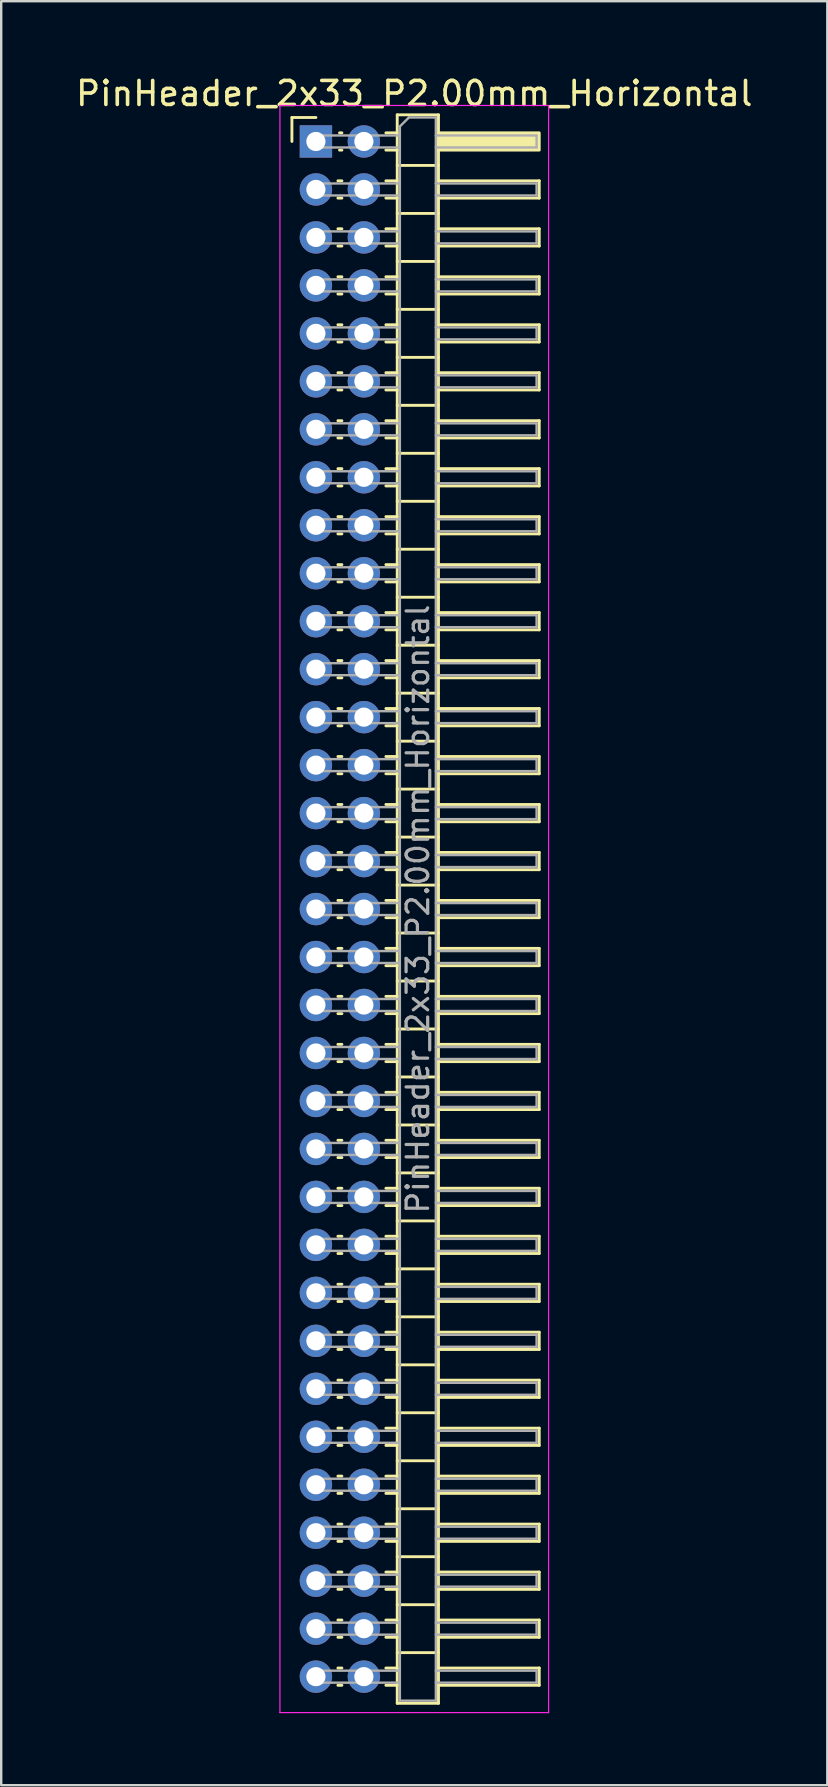
<source format=kicad_pcb>
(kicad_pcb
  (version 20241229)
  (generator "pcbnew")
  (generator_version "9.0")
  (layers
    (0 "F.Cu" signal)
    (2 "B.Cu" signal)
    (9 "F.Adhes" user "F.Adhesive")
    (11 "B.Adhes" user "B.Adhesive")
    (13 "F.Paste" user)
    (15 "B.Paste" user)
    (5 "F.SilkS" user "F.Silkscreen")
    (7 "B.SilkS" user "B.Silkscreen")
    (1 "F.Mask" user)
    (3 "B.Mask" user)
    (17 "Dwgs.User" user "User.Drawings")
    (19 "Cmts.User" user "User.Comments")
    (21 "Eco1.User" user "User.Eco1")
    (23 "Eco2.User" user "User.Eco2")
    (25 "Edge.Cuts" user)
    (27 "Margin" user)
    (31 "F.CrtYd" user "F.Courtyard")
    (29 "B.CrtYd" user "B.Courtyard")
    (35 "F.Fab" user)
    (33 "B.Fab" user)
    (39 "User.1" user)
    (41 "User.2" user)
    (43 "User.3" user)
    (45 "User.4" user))
  (footprint "PinHeader_2x33_P2.00mm_Horizontal"
    (layer "F.Cu")
    (at 10.12 2.848)
    (property "Reference" "PinHeader_2x33_P2.00mm_Horizontal" (at 4.1 -2 0) (layer "F.SilkS") (effects (font (size 1 1) (thickness 0.15))))
    (attr through_hole)
    (fp_line (start -1 -1) (end 0 -1) (stroke (width 0.12) (type solid)) (layer "F.SilkS"))
    (fp_line (start -1 0) (end -1 -1) (stroke (width 0.12) (type solid)) (layer "F.SilkS"))
    (fp_line (start 0.917 1.64) (end 1.083 1.64) (stroke (width 0.12) (type solid)) (layer "F.SilkS"))
    (fp_line (start 0.917 2.36) (end 1.083 2.36) (stroke (width 0.12) (type solid)) (layer "F.SilkS"))
    (fp_line (start 0.917 3.64) (end 1.083 3.64) (stroke (width 0.12) (type solid)) (layer "F.SilkS"))
    (fp_line (start 0.917 4.36) (end 1.083 4.36) (stroke (width 0.12) (type solid)) (layer "F.SilkS"))
    (fp_line (start 0.917 5.64) (end 1.083 5.64) (stroke (width 0.12) (type solid)) (layer "F.SilkS"))
    (fp_line (start 0.917 6.36) (end 1.083 6.36) (stroke (width 0.12) (type solid)) (layer "F.SilkS"))
    (fp_line (start 0.917 7.64) (end 1.083 7.64) (stroke (width 0.12) (type solid)) (layer "F.SilkS"))
    (fp_line (start 0.917 8.36) (end 1.083 8.36) (stroke (width 0.12) (type solid)) (layer "F.SilkS"))
    (fp_line (start 0.917 9.64) (end 1.083 9.64) (stroke (width 0.12) (type solid)) (layer "F.SilkS"))
    (fp_line (start 0.917 10.36) (end 1.083 10.36) (stroke (width 0.12) (type solid)) (layer "F.SilkS"))
    (fp_line (start 0.917 11.64) (end 1.083 11.64) (stroke (width 0.12) (type solid)) (layer "F.SilkS"))
    (fp_line (start 0.917 12.36) (end 1.083 12.36) (stroke (width 0.12) (type solid)) (layer "F.SilkS"))
    (fp_line (start 0.917 13.64) (end 1.083 13.64) (stroke (width 0.12) (type solid)) (layer "F.SilkS"))
    (fp_line (start 0.917 14.36) (end 1.083 14.36) (stroke (width 0.12) (type solid)) (layer "F.SilkS"))
    (fp_line (start 0.917 15.64) (end 1.083 15.64) (stroke (width 0.12) (type solid)) (layer "F.SilkS"))
    (fp_line (start 0.917 16.36) (end 1.083 16.36) (stroke (width 0.12) (type solid)) (layer "F.SilkS"))
    (fp_line (start 0.917 17.64) (end 1.083 17.64) (stroke (width 0.12) (type solid)) (layer "F.SilkS"))
    (fp_line (start 0.917 18.36) (end 1.083 18.36) (stroke (width 0.12) (type solid)) (layer "F.SilkS"))
    (fp_line (start 0.917 19.64) (end 1.083 19.64) (stroke (width 0.12) (type solid)) (layer "F.SilkS"))
    (fp_line (start 0.917 20.36) (end 1.083 20.36) (stroke (width 0.12) (type solid)) (layer "F.SilkS"))
    (fp_line (start 0.917 21.64) (end 1.083 21.64) (stroke (width 0.12) (type solid)) (layer "F.SilkS"))
    (fp_line (start 0.917 22.36) (end 1.083 22.36) (stroke (width 0.12) (type solid)) (layer "F.SilkS"))
    (fp_line (start 0.917 23.64) (end 1.083 23.64) (stroke (width 0.12) (type solid)) (layer "F.SilkS"))
    (fp_line (start 0.917 24.36) (end 1.083 24.36) (stroke (width 0.12) (type solid)) (layer "F.SilkS"))
    (fp_line (start 0.917 25.64) (end 1.083 25.64) (stroke (width 0.12) (type solid)) (layer "F.SilkS"))
    (fp_line (start 0.917 26.36) (end 1.083 26.36) (stroke (width 0.12) (type solid)) (layer "F.SilkS"))
    (fp_line (start 0.917 27.64) (end 1.083 27.64) (stroke (width 0.12) (type solid)) (layer "F.SilkS"))
    (fp_line (start 0.917 28.36) (end 1.083 28.36) (stroke (width 0.12) (type solid)) (layer "F.SilkS"))
    (fp_line (start 0.917 29.64) (end 1.083 29.64) (stroke (width 0.12) (type solid)) (layer "F.SilkS"))
    (fp_line (start 0.917 30.36) (end 1.083 30.36) (stroke (width 0.12) (type solid)) (layer "F.SilkS"))
    (fp_line (start 0.917 31.64) (end 1.083 31.64) (stroke (width 0.12) (type solid)) (layer "F.SilkS"))
    (fp_line (start 0.917 32.36) (end 1.083 32.36) (stroke (width 0.12) (type solid)) (layer "F.SilkS"))
    (fp_line (start 0.917 33.64) (end 1.083 33.64) (stroke (width 0.12) (type solid)) (layer "F.SilkS"))
    (fp_line (start 0.917 34.36) (end 1.083 34.36) (stroke (width 0.12) (type solid)) (layer "F.SilkS"))
    (fp_line (start 0.917 35.64) (end 1.083 35.64) (stroke (width 0.12) (type solid)) (layer "F.SilkS"))
    (fp_line (start 0.917 36.36) (end 1.083 36.36) (stroke (width 0.12) (type solid)) (layer "F.SilkS"))
    (fp_line (start 0.917 37.64) (end 1.083 37.64) (stroke (width 0.12) (type solid)) (layer "F.SilkS"))
    (fp_line (start 0.917 38.36) (end 1.083 38.36) (stroke (width 0.12) (type solid)) (layer "F.SilkS"))
    (fp_line (start 0.917 39.64) (end 1.083 39.64) (stroke (width 0.12) (type solid)) (layer "F.SilkS"))
    (fp_line (start 0.917 40.36) (end 1.083 40.36) (stroke (width 0.12) (type solid)) (layer "F.SilkS"))
    (fp_line (start 0.917 41.64) (end 1.083 41.64) (stroke (width 0.12) (type solid)) (layer "F.SilkS"))
    (fp_line (start 0.917 42.36) (end 1.083 42.36) (stroke (width 0.12) (type solid)) (layer "F.SilkS"))
    (fp_line (start 0.917 43.64) (end 1.083 43.64) (stroke (width 0.12) (type solid)) (layer "F.SilkS"))
    (fp_line (start 0.917 44.36) (end 1.083 44.36) (stroke (width 0.12) (type solid)) (layer "F.SilkS"))
    (fp_line (start 0.917 45.64) (end 1.083 45.64) (stroke (width 0.12) (type solid)) (layer "F.SilkS"))
    (fp_line (start 0.917 46.36) (end 1.083 46.36) (stroke (width 0.12) (type solid)) (layer "F.SilkS"))
    (fp_line (start 0.917 47.64) (end 1.083 47.64) (stroke (width 0.12) (type solid)) (layer "F.SilkS"))
    (fp_line (start 0.917 48.36) (end 1.083 48.36) (stroke (width 0.12) (type solid)) (layer "F.SilkS"))
    (fp_line (start 0.917 49.64) (end 1.083 49.64) (stroke (width 0.12) (type solid)) (layer "F.SilkS"))
    (fp_line (start 0.917 50.36) (end 1.083 50.36) (stroke (width 0.12) (type solid)) (layer "F.SilkS"))
    (fp_line (start 0.917 51.64) (end 1.083 51.64) (stroke (width 0.12) (type solid)) (layer "F.SilkS"))
    (fp_line (start 0.917 52.36) (end 1.083 52.36) (stroke (width 0.12) (type solid)) (layer "F.SilkS"))
    (fp_line (start 0.917 53.64) (end 1.083 53.64) (stroke (width 0.12) (type solid)) (layer "F.SilkS"))
    (fp_line (start 0.917 54.36) (end 1.083 54.36) (stroke (width 0.12) (type solid)) (layer "F.SilkS"))
    (fp_line (start 0.917 55.64) (end 1.083 55.64) (stroke (width 0.12) (type solid)) (layer "F.SilkS"))
    (fp_line (start 0.917 56.36) (end 1.083 56.36) (stroke (width 0.12) (type solid)) (layer "F.SilkS"))
    (fp_line (start 0.917 57.64) (end 1.083 57.64) (stroke (width 0.12) (type solid)) (layer "F.SilkS"))
    (fp_line (start 0.917 58.36) (end 1.083 58.36) (stroke (width 0.12) (type solid)) (layer "F.SilkS"))
    (fp_line (start 0.917 59.64) (end 1.083 59.64) (stroke (width 0.12) (type solid)) (layer "F.SilkS"))
    (fp_line (start 0.917 60.36) (end 1.083 60.36) (stroke (width 0.12) (type solid)) (layer "F.SilkS"))
    (fp_line (start 0.917 61.64) (end 1.083 61.64) (stroke (width 0.12) (type solid)) (layer "F.SilkS"))
    (fp_line (start 0.917 62.36) (end 1.083 62.36) (stroke (width 0.12) (type solid)) (layer "F.SilkS"))
    (fp_line (start 0.917 63.64) (end 1.083 63.64) (stroke (width 0.12) (type solid)) (layer "F.SilkS"))
    (fp_line (start 0.917 64.36) (end 1.083 64.36) (stroke (width 0.12) (type solid)) (layer "F.SilkS"))
    (fp_line (start 0.985 -0.36) (end 1.083 -0.36) (stroke (width 0.12) (type solid)) (layer "F.SilkS"))
    (fp_line (start 0.985 0.36) (end 1.083 0.36) (stroke (width 0.12) (type solid)) (layer "F.SilkS"))
    (fp_line (start 2.917 -0.36) (end 3.39 -0.36) (stroke (width 0.12) (type solid)) (layer "F.SilkS"))
    (fp_line (start 2.917 0.36) (end 3.39 0.36) (stroke (width 0.12) (type solid)) (layer "F.SilkS"))
    (fp_line (start 2.917 1.64) (end 3.39 1.64) (stroke (width 0.12) (type solid)) (layer "F.SilkS"))
    (fp_line (start 2.917 2.36) (end 3.39 2.36) (stroke (width 0.12) (type solid)) (layer "F.SilkS"))
    (fp_line (start 2.917 3.64) (end 3.39 3.64) (stroke (width 0.12) (type solid)) (layer "F.SilkS"))
    (fp_line (start 2.917 4.36) (end 3.39 4.36) (stroke (width 0.12) (type solid)) (layer "F.SilkS"))
    (fp_line (start 2.917 5.64) (end 3.39 5.64) (stroke (width 0.12) (type solid)) (layer "F.SilkS"))
    (fp_line (start 2.917 6.36) (end 3.39 6.36) (stroke (width 0.12) (type solid)) (layer "F.SilkS"))
    (fp_line (start 2.917 7.64) (end 3.39 7.64) (stroke (width 0.12) (type solid)) (layer "F.SilkS"))
    (fp_line (start 2.917 8.36) (end 3.39 8.36) (stroke (width 0.12) (type solid)) (layer "F.SilkS"))
    (fp_line (start 2.917 9.64) (end 3.39 9.64) (stroke (width 0.12) (type solid)) (layer "F.SilkS"))
    (fp_line (start 2.917 10.36) (end 3.39 10.36) (stroke (width 0.12) (type solid)) (layer "F.SilkS"))
    (fp_line (start 2.917 11.64) (end 3.39 11.64) (stroke (width 0.12) (type solid)) (layer "F.SilkS"))
    (fp_line (start 2.917 12.36) (end 3.39 12.36) (stroke (width 0.12) (type solid)) (layer "F.SilkS"))
    (fp_line (start 2.917 13.64) (end 3.39 13.64) (stroke (width 0.12) (type solid)) (layer "F.SilkS"))
    (fp_line (start 2.917 14.36) (end 3.39 14.36) (stroke (width 0.12) (type solid)) (layer "F.SilkS"))
    (fp_line (start 2.917 15.64) (end 3.39 15.64) (stroke (width 0.12) (type solid)) (layer "F.SilkS"))
    (fp_line (start 2.917 16.36) (end 3.39 16.36) (stroke (width 0.12) (type solid)) (layer "F.SilkS"))
    (fp_line (start 2.917 17.64) (end 3.39 17.64) (stroke (width 0.12) (type solid)) (layer "F.SilkS"))
    (fp_line (start 2.917 18.36) (end 3.39 18.36) (stroke (width 0.12) (type solid)) (layer "F.SilkS"))
    (fp_line (start 2.917 19.64) (end 3.39 19.64) (stroke (width 0.12) (type solid)) (layer "F.SilkS"))
    (fp_line (start 2.917 20.36) (end 3.39 20.36) (stroke (width 0.12) (type solid)) (layer "F.SilkS"))
    (fp_line (start 2.917 21.64) (end 3.39 21.64) (stroke (width 0.12) (type solid)) (layer "F.SilkS"))
    (fp_line (start 2.917 22.36) (end 3.39 22.36) (stroke (width 0.12) (type solid)) (layer "F.SilkS"))
    (fp_line (start 2.917 23.64) (end 3.39 23.64) (stroke (width 0.12) (type solid)) (layer "F.SilkS"))
    (fp_line (start 2.917 24.36) (end 3.39 24.36) (stroke (width 0.12) (type solid)) (layer "F.SilkS"))
    (fp_line (start 2.917 25.64) (end 3.39 25.64) (stroke (width 0.12) (type solid)) (layer "F.SilkS"))
    (fp_line (start 2.917 26.36) (end 3.39 26.36) (stroke (width 0.12) (type solid)) (layer "F.SilkS"))
    (fp_line (start 2.917 27.64) (end 3.39 27.64) (stroke (width 0.12) (type solid)) (layer "F.SilkS"))
    (fp_line (start 2.917 28.36) (end 3.39 28.36) (stroke (width 0.12) (type solid)) (layer "F.SilkS"))
    (fp_line (start 2.917 29.64) (end 3.39 29.64) (stroke (width 0.12) (type solid)) (layer "F.SilkS"))
    (fp_line (start 2.917 30.36) (end 3.39 30.36) (stroke (width 0.12) (type solid)) (layer "F.SilkS"))
    (fp_line (start 2.917 31.64) (end 3.39 31.64) (stroke (width 0.12) (type solid)) (layer "F.SilkS"))
    (fp_line (start 2.917 32.36) (end 3.39 32.36) (stroke (width 0.12) (type solid)) (layer "F.SilkS"))
    (fp_line (start 2.917 33.64) (end 3.39 33.64) (stroke (width 0.12) (type solid)) (layer "F.SilkS"))
    (fp_line (start 2.917 34.36) (end 3.39 34.36) (stroke (width 0.12) (type solid)) (layer "F.SilkS"))
    (fp_line (start 2.917 35.64) (end 3.39 35.64) (stroke (width 0.12) (type solid)) (layer "F.SilkS"))
    (fp_line (start 2.917 36.36) (end 3.39 36.36) (stroke (width 0.12) (type solid)) (layer "F.SilkS"))
    (fp_line (start 2.917 37.64) (end 3.39 37.64) (stroke (width 0.12) (type solid)) (layer "F.SilkS"))
    (fp_line (start 2.917 38.36) (end 3.39 38.36) (stroke (width 0.12) (type solid)) (layer "F.SilkS"))
    (fp_line (start 2.917 39.64) (end 3.39 39.64) (stroke (width 0.12) (type solid)) (layer "F.SilkS"))
    (fp_line (start 2.917 40.36) (end 3.39 40.36) (stroke (width 0.12) (type solid)) (layer "F.SilkS"))
    (fp_line (start 2.917 41.64) (end 3.39 41.64) (stroke (width 0.12) (type solid)) (layer "F.SilkS"))
    (fp_line (start 2.917 42.36) (end 3.39 42.36) (stroke (width 0.12) (type solid)) (layer "F.SilkS"))
    (fp_line (start 2.917 43.64) (end 3.39 43.64) (stroke (width 0.12) (type solid)) (layer "F.SilkS"))
    (fp_line (start 2.917 44.36) (end 3.39 44.36) (stroke (width 0.12) (type solid)) (layer "F.SilkS"))
    (fp_line (start 2.917 45.64) (end 3.39 45.64) (stroke (width 0.12) (type solid)) (layer "F.SilkS"))
    (fp_line (start 2.917 46.36) (end 3.39 46.36) (stroke (width 0.12) (type solid)) (layer "F.SilkS"))
    (fp_line (start 2.917 47.64) (end 3.39 47.64) (stroke (width 0.12) (type solid)) (layer "F.SilkS"))
    (fp_line (start 2.917 48.36) (end 3.39 48.36) (stroke (width 0.12) (type solid)) (layer "F.SilkS"))
    (fp_line (start 2.917 49.64) (end 3.39 49.64) (stroke (width 0.12) (type solid)) (layer "F.SilkS"))
    (fp_line (start 2.917 50.36) (end 3.39 50.36) (stroke (width 0.12) (type solid)) (layer "F.SilkS"))
    (fp_line (start 2.917 51.64) (end 3.39 51.64) (stroke (width 0.12) (type solid)) (layer "F.SilkS"))
    (fp_line (start 2.917 52.36) (end 3.39 52.36) (stroke (width 0.12) (type solid)) (layer "F.SilkS"))
    (fp_line (start 2.917 53.64) (end 3.39 53.64) (stroke (width 0.12) (type solid)) (layer "F.SilkS"))
    (fp_line (start 2.917 54.36) (end 3.39 54.36) (stroke (width 0.12) (type solid)) (layer "F.SilkS"))
    (fp_line (start 2.917 55.64) (end 3.39 55.64) (stroke (width 0.12) (type solid)) (layer "F.SilkS"))
    (fp_line (start 2.917 56.36) (end 3.39 56.36) (stroke (width 0.12) (type solid)) (layer "F.SilkS"))
    (fp_line (start 2.917 57.64) (end 3.39 57.64) (stroke (width 0.12) (type solid)) (layer "F.SilkS"))
    (fp_line (start 2.917 58.36) (end 3.39 58.36) (stroke (width 0.12) (type solid)) (layer "F.SilkS"))
    (fp_line (start 2.917 59.64) (end 3.39 59.64) (stroke (width 0.12) (type solid)) (layer "F.SilkS"))
    (fp_line (start 2.917 60.36) (end 3.39 60.36) (stroke (width 0.12) (type solid)) (layer "F.SilkS"))
    (fp_line (start 2.917 61.64) (end 3.39 61.64) (stroke (width 0.12) (type solid)) (layer "F.SilkS"))
    (fp_line (start 2.917 62.36) (end 3.39 62.36) (stroke (width 0.12) (type solid)) (layer "F.SilkS"))
    (fp_line (start 2.917 63.64) (end 3.39 63.64) (stroke (width 0.12) (type solid)) (layer "F.SilkS"))
    (fp_line (start 2.917 64.36) (end 3.39 64.36) (stroke (width 0.12) (type solid)) (layer "F.SilkS"))
    (fp_line (start 3.39 -1.11) (end 3.39 65.11) (stroke (width 0.12) (type solid)) (layer "F.SilkS"))
    (fp_line (start 3.39 1) (end 5.11 1) (stroke (width 0.12) (type solid)) (layer "F.SilkS"))
    (fp_line (start 3.39 3) (end 5.11 3) (stroke (width 0.12) (type solid)) (layer "F.SilkS"))
    (fp_line (start 3.39 5) (end 5.11 5) (stroke (width 0.12) (type solid)) (layer "F.SilkS"))
    (fp_line (start 3.39 7) (end 5.11 7) (stroke (width 0.12) (type solid)) (layer "F.SilkS"))
    (fp_line (start 3.39 9) (end 5.11 9) (stroke (width 0.12) (type solid)) (layer "F.SilkS"))
    (fp_line (start 3.39 11) (end 5.11 11) (stroke (width 0.12) (type solid)) (layer "F.SilkS"))
    (fp_line (start 3.39 13) (end 5.11 13) (stroke (width 0.12) (type solid)) (layer "F.SilkS"))
    (fp_line (start 3.39 15) (end 5.11 15) (stroke (width 0.12) (type solid)) (layer "F.SilkS"))
    (fp_line (start 3.39 17) (end 5.11 17) (stroke (width 0.12) (type solid)) (layer "F.SilkS"))
    (fp_line (start 3.39 19) (end 5.11 19) (stroke (width 0.12) (type solid)) (layer "F.SilkS"))
    (fp_line (start 3.39 21) (end 5.11 21) (stroke (width 0.12) (type solid)) (layer "F.SilkS"))
    (fp_line (start 3.39 23) (end 5.11 23) (stroke (width 0.12) (type solid)) (layer "F.SilkS"))
    (fp_line (start 3.39 25) (end 5.11 25) (stroke (width 0.12) (type solid)) (layer "F.SilkS"))
    (fp_line (start 3.39 27) (end 5.11 27) (stroke (width 0.12) (type solid)) (layer "F.SilkS"))
    (fp_line (start 3.39 29) (end 5.11 29) (stroke (width 0.12) (type solid)) (layer "F.SilkS"))
    (fp_line (start 3.39 31) (end 5.11 31) (stroke (width 0.12) (type solid)) (layer "F.SilkS"))
    (fp_line (start 3.39 33) (end 5.11 33) (stroke (width 0.12) (type solid)) (layer "F.SilkS"))
    (fp_line (start 3.39 35) (end 5.11 35) (stroke (width 0.12) (type solid)) (layer "F.SilkS"))
    (fp_line (start 3.39 37) (end 5.11 37) (stroke (width 0.12) (type solid)) (layer "F.SilkS"))
    (fp_line (start 3.39 39) (end 5.11 39) (stroke (width 0.12) (type solid)) (layer "F.SilkS"))
    (fp_line (start 3.39 41) (end 5.11 41) (stroke (width 0.12) (type solid)) (layer "F.SilkS"))
    (fp_line (start 3.39 43) (end 5.11 43) (stroke (width 0.12) (type solid)) (layer "F.SilkS"))
    (fp_line (start 3.39 45) (end 5.11 45) (stroke (width 0.12) (type solid)) (layer "F.SilkS"))
    (fp_line (start 3.39 47) (end 5.11 47) (stroke (width 0.12) (type solid)) (layer "F.SilkS"))
    (fp_line (start 3.39 49) (end 5.11 49) (stroke (width 0.12) (type solid)) (layer "F.SilkS"))
    (fp_line (start 3.39 51) (end 5.11 51) (stroke (width 0.12) (type solid)) (layer "F.SilkS"))
    (fp_line (start 3.39 53) (end 5.11 53) (stroke (width 0.12) (type solid)) (layer "F.SilkS"))
    (fp_line (start 3.39 55) (end 5.11 55) (stroke (width 0.12) (type solid)) (layer "F.SilkS"))
    (fp_line (start 3.39 57) (end 5.11 57) (stroke (width 0.12) (type solid)) (layer "F.SilkS"))
    (fp_line (start 3.39 59) (end 5.11 59) (stroke (width 0.12) (type solid)) (layer "F.SilkS"))
    (fp_line (start 3.39 61) (end 5.11 61) (stroke (width 0.12) (type solid)) (layer "F.SilkS"))
    (fp_line (start 3.39 63) (end 5.11 63) (stroke (width 0.12) (type solid)) (layer "F.SilkS"))
    (fp_line (start 3.39 65.11) (end 5.11 65.11) (stroke (width 0.12) (type solid)) (layer "F.SilkS"))
    (fp_line (start 5.11 -1.11) (end 3.39 -1.11) (stroke (width 0.12) (type solid)) (layer "F.SilkS"))
    (fp_line (start 5.11 1.64) (end 9.31 1.64) (stroke (width 0.12) (type solid)) (layer "F.SilkS"))
    (fp_line (start 5.11 3.64) (end 9.31 3.64) (stroke (width 0.12) (type solid)) (layer "F.SilkS"))
    (fp_line (start 5.11 5.64) (end 9.31 5.64) (stroke (width 0.12) (type solid)) (layer "F.SilkS"))
    (fp_line (start 5.11 7.64) (end 9.31 7.64) (stroke (width 0.12) (type solid)) (layer "F.SilkS"))
    (fp_line (start 5.11 9.64) (end 9.31 9.64) (stroke (width 0.12) (type solid)) (layer "F.SilkS"))
    (fp_line (start 5.11 11.64) (end 9.31 11.64) (stroke (width 0.12) (type solid)) (layer "F.SilkS"))
    (fp_line (start 5.11 13.64) (end 9.31 13.64) (stroke (width 0.12) (type solid)) (layer "F.SilkS"))
    (fp_line (start 5.11 15.64) (end 9.31 15.64) (stroke (width 0.12) (type solid)) (layer "F.SilkS"))
    (fp_line (start 5.11 17.64) (end 9.31 17.64) (stroke (width 0.12) (type solid)) (layer "F.SilkS"))
    (fp_line (start 5.11 19.64) (end 9.31 19.64) (stroke (width 0.12) (type solid)) (layer "F.SilkS"))
    (fp_line (start 5.11 21.64) (end 9.31 21.64) (stroke (width 0.12) (type solid)) (layer "F.SilkS"))
    (fp_line (start 5.11 23.64) (end 9.31 23.64) (stroke (width 0.12) (type solid)) (layer "F.SilkS"))
    (fp_line (start 5.11 25.64) (end 9.31 25.64) (stroke (width 0.12) (type solid)) (layer "F.SilkS"))
    (fp_line (start 5.11 27.64) (end 9.31 27.64) (stroke (width 0.12) (type solid)) (layer "F.SilkS"))
    (fp_line (start 5.11 29.64) (end 9.31 29.64) (stroke (width 0.12) (type solid)) (layer "F.SilkS"))
    (fp_line (start 5.11 31.64) (end 9.31 31.64) (stroke (width 0.12) (type solid)) (layer "F.SilkS"))
    (fp_line (start 5.11 33.64) (end 9.31 33.64) (stroke (width 0.12) (type solid)) (layer "F.SilkS"))
    (fp_line (start 5.11 35.64) (end 9.31 35.64) (stroke (width 0.12) (type solid)) (layer "F.SilkS"))
    (fp_line (start 5.11 37.64) (end 9.31 37.64) (stroke (width 0.12) (type solid)) (layer "F.SilkS"))
    (fp_line (start 5.11 39.64) (end 9.31 39.64) (stroke (width 0.12) (type solid)) (layer "F.SilkS"))
    (fp_line (start 5.11 41.64) (end 9.31 41.64) (stroke (width 0.12) (type solid)) (layer "F.SilkS"))
    (fp_line (start 5.11 43.64) (end 9.31 43.64) (stroke (width 0.12) (type solid)) (layer "F.SilkS"))
    (fp_line (start 5.11 45.64) (end 9.31 45.64) (stroke (width 0.12) (type solid)) (layer "F.SilkS"))
    (fp_line (start 5.11 47.64) (end 9.31 47.64) (stroke (width 0.12) (type solid)) (layer "F.SilkS"))
    (fp_line (start 5.11 49.64) (end 9.31 49.64) (stroke (width 0.12) (type solid)) (layer "F.SilkS"))
    (fp_line (start 5.11 51.64) (end 9.31 51.64) (stroke (width 0.12) (type solid)) (layer "F.SilkS"))
    (fp_line (start 5.11 53.64) (end 9.31 53.64) (stroke (width 0.12) (type solid)) (layer "F.SilkS"))
    (fp_line (start 5.11 55.64) (end 9.31 55.64) (stroke (width 0.12) (type solid)) (layer "F.SilkS"))
    (fp_line (start 5.11 57.64) (end 9.31 57.64) (stroke (width 0.12) (type solid)) (layer "F.SilkS"))
    (fp_line (start 5.11 59.64) (end 9.31 59.64) (stroke (width 0.12) (type solid)) (layer "F.SilkS"))
    (fp_line (start 5.11 61.64) (end 9.31 61.64) (stroke (width 0.12) (type solid)) (layer "F.SilkS"))
    (fp_line (start 5.11 63.64) (end 9.31 63.64) (stroke (width 0.12) (type solid)) (layer "F.SilkS"))
    (fp_line (start 5.11 65.11) (end 5.11 -1.11) (stroke (width 0.12) (type solid)) (layer "F.SilkS"))
    (fp_line (start 9.31 1.64) (end 9.31 2.36) (stroke (width 0.12) (type solid)) (layer "F.SilkS"))
    (fp_line (start 9.31 2.36) (end 5.11 2.36) (stroke (width 0.12) (type solid)) (layer "F.SilkS"))
    (fp_line (start 9.31 3.64) (end 9.31 4.36) (stroke (width 0.12) (type solid)) (layer "F.SilkS"))
    (fp_line (start 9.31 4.36) (end 5.11 4.36) (stroke (width 0.12) (type solid)) (layer "F.SilkS"))
    (fp_line (start 9.31 5.64) (end 9.31 6.36) (stroke (width 0.12) (type solid)) (layer "F.SilkS"))
    (fp_line (start 9.31 6.36) (end 5.11 6.36) (stroke (width 0.12) (type solid)) (layer "F.SilkS"))
    (fp_line (start 9.31 7.64) (end 9.31 8.36) (stroke (width 0.12) (type solid)) (layer "F.SilkS"))
    (fp_line (start 9.31 8.36) (end 5.11 8.36) (stroke (width 0.12) (type solid)) (layer "F.SilkS"))
    (fp_line (start 9.31 9.64) (end 9.31 10.36) (stroke (width 0.12) (type solid)) (layer "F.SilkS"))
    (fp_line (start 9.31 10.36) (end 5.11 10.36) (stroke (width 0.12) (type solid)) (layer "F.SilkS"))
    (fp_line (start 9.31 11.64) (end 9.31 12.36) (stroke (width 0.12) (type solid)) (layer "F.SilkS"))
    (fp_line (start 9.31 12.36) (end 5.11 12.36) (stroke (width 0.12) (type solid)) (layer "F.SilkS"))
    (fp_line (start 9.31 13.64) (end 9.31 14.36) (stroke (width 0.12) (type solid)) (layer "F.SilkS"))
    (fp_line (start 9.31 14.36) (end 5.11 14.36) (stroke (width 0.12) (type solid)) (layer "F.SilkS"))
    (fp_line (start 9.31 15.64) (end 9.31 16.36) (stroke (width 0.12) (type solid)) (layer "F.SilkS"))
    (fp_line (start 9.31 16.36) (end 5.11 16.36) (stroke (width 0.12) (type solid)) (layer "F.SilkS"))
    (fp_line (start 9.31 17.64) (end 9.31 18.36) (stroke (width 0.12) (type solid)) (layer "F.SilkS"))
    (fp_line (start 9.31 18.36) (end 5.11 18.36) (stroke (width 0.12) (type solid)) (layer "F.SilkS"))
    (fp_line (start 9.31 19.64) (end 9.31 20.36) (stroke (width 0.12) (type solid)) (layer "F.SilkS"))
    (fp_line (start 9.31 20.36) (end 5.11 20.36) (stroke (width 0.12) (type solid)) (layer "F.SilkS"))
    (fp_line (start 9.31 21.64) (end 9.31 22.36) (stroke (width 0.12) (type solid)) (layer "F.SilkS"))
    (fp_line (start 9.31 22.36) (end 5.11 22.36) (stroke (width 0.12) (type solid)) (layer "F.SilkS"))
    (fp_line (start 9.31 23.64) (end 9.31 24.36) (stroke (width 0.12) (type solid)) (layer "F.SilkS"))
    (fp_line (start 9.31 24.36) (end 5.11 24.36) (stroke (width 0.12) (type solid)) (layer "F.SilkS"))
    (fp_line (start 9.31 25.64) (end 9.31 26.36) (stroke (width 0.12) (type solid)) (layer "F.SilkS"))
    (fp_line (start 9.31 26.36) (end 5.11 26.36) (stroke (width 0.12) (type solid)) (layer "F.SilkS"))
    (fp_line (start 9.31 27.64) (end 9.31 28.36) (stroke (width 0.12) (type solid)) (layer "F.SilkS"))
    (fp_line (start 9.31 28.36) (end 5.11 28.36) (stroke (width 0.12) (type solid)) (layer "F.SilkS"))
    (fp_line (start 9.31 29.64) (end 9.31 30.36) (stroke (width 0.12) (type solid)) (layer "F.SilkS"))
    (fp_line (start 9.31 30.36) (end 5.11 30.36) (stroke (width 0.12) (type solid)) (layer "F.SilkS"))
    (fp_line (start 9.31 31.64) (end 9.31 32.36) (stroke (width 0.12) (type solid)) (layer "F.SilkS"))
    (fp_line (start 9.31 32.36) (end 5.11 32.36) (stroke (width 0.12) (type solid)) (layer "F.SilkS"))
    (fp_line (start 9.31 33.64) (end 9.31 34.36) (stroke (width 0.12) (type solid)) (layer "F.SilkS"))
    (fp_line (start 9.31 34.36) (end 5.11 34.36) (stroke (width 0.12) (type solid)) (layer "F.SilkS"))
    (fp_line (start 9.31 35.64) (end 9.31 36.36) (stroke (width 0.12) (type solid)) (layer "F.SilkS"))
    (fp_line (start 9.31 36.36) (end 5.11 36.36) (stroke (width 0.12) (type solid)) (layer "F.SilkS"))
    (fp_line (start 9.31 37.64) (end 9.31 38.36) (stroke (width 0.12) (type solid)) (layer "F.SilkS"))
    (fp_line (start 9.31 38.36) (end 5.11 38.36) (stroke (width 0.12) (type solid)) (layer "F.SilkS"))
    (fp_line (start 9.31 39.64) (end 9.31 40.36) (stroke (width 0.12) (type solid)) (layer "F.SilkS"))
    (fp_line (start 9.31 40.36) (end 5.11 40.36) (stroke (width 0.12) (type solid)) (layer "F.SilkS"))
    (fp_line (start 9.31 41.64) (end 9.31 42.36) (stroke (width 0.12) (type solid)) (layer "F.SilkS"))
    (fp_line (start 9.31 42.36) (end 5.11 42.36) (stroke (width 0.12) (type solid)) (layer "F.SilkS"))
    (fp_line (start 9.31 43.64) (end 9.31 44.36) (stroke (width 0.12) (type solid)) (layer "F.SilkS"))
    (fp_line (start 9.31 44.36) (end 5.11 44.36) (stroke (width 0.12) (type solid)) (layer "F.SilkS"))
    (fp_line (start 9.31 45.64) (end 9.31 46.36) (stroke (width 0.12) (type solid)) (layer "F.SilkS"))
    (fp_line (start 9.31 46.36) (end 5.11 46.36) (stroke (width 0.12) (type solid)) (layer "F.SilkS"))
    (fp_line (start 9.31 47.64) (end 9.31 48.36) (stroke (width 0.12) (type solid)) (layer "F.SilkS"))
    (fp_line (start 9.31 48.36) (end 5.11 48.36) (stroke (width 0.12) (type solid)) (layer "F.SilkS"))
    (fp_line (start 9.31 49.64) (end 9.31 50.36) (stroke (width 0.12) (type solid)) (layer "F.SilkS"))
    (fp_line (start 9.31 50.36) (end 5.11 50.36) (stroke (width 0.12) (type solid)) (layer "F.SilkS"))
    (fp_line (start 9.31 51.64) (end 9.31 52.36) (stroke (width 0.12) (type solid)) (layer "F.SilkS"))
    (fp_line (start 9.31 52.36) (end 5.11 52.36) (stroke (width 0.12) (type solid)) (layer "F.SilkS"))
    (fp_line (start 9.31 53.64) (end 9.31 54.36) (stroke (width 0.12) (type solid)) (layer "F.SilkS"))
    (fp_line (start 9.31 54.36) (end 5.11 54.36) (stroke (width 0.12) (type solid)) (layer "F.SilkS"))
    (fp_line (start 9.31 55.64) (end 9.31 56.36) (stroke (width 0.12) (type solid)) (layer "F.SilkS"))
    (fp_line (start 9.31 56.36) (end 5.11 56.36) (stroke (width 0.12) (type solid)) (layer "F.SilkS"))
    (fp_line (start 9.31 57.64) (end 9.31 58.36) (stroke (width 0.12) (type solid)) (layer "F.SilkS"))
    (fp_line (start 9.31 58.36) (end 5.11 58.36) (stroke (width 0.12) (type solid)) (layer "F.SilkS"))
    (fp_line (start 9.31 59.64) (end 9.31 60.36) (stroke (width 0.12) (type solid)) (layer "F.SilkS"))
    (fp_line (start 9.31 60.36) (end 5.11 60.36) (stroke (width 0.12) (type solid)) (layer "F.SilkS"))
    (fp_line (start 9.31 61.64) (end 9.31 62.36) (stroke (width 0.12) (type solid)) (layer "F.SilkS"))
    (fp_line (start 9.31 62.36) (end 5.11 62.36) (stroke (width 0.12) (type solid)) (layer "F.SilkS"))
    (fp_line (start 9.31 63.64) (end 9.31 64.36) (stroke (width 0.12) (type solid)) (layer "F.SilkS"))
    (fp_line (start 9.31 64.36) (end 5.11 64.36) (stroke (width 0.12) (type solid)) (layer "F.SilkS"))
    (fp_rect (start 5.11 -0.36) (end 9.31 0.36) (stroke (width 0.12) (type solid)) (fill yes) (layer "F.SilkS"))
    (fp_line (start -1.5 -1.5) (end -1.5 65.5) (stroke (width 0.05) (type solid)) (layer "F.CrtYd"))
    (fp_line (start -1.5 65.5) (end 9.7 65.5) (stroke (width 0.05) (type solid)) (layer "F.CrtYd"))
    (fp_line (start 9.7 -1.5) (end -1.5 -1.5) (stroke (width 0.05) (type solid)) (layer "F.CrtYd"))
    (fp_line (start 9.7 65.5) (end 9.7 -1.5) (stroke (width 0.05) (type solid)) (layer "F.CrtYd"))
    (fp_line (start -0.25 -0.25) (end -0.25 0.25) (stroke (width 0.1) (type solid)) (layer "F.Fab"))
    (fp_line (start -0.25 -0.25) (end 3.5 -0.25) (stroke (width 0.1) (type solid)) (layer "F.Fab"))
    (fp_line (start -0.25 0.25) (end 3.5 0.25) (stroke (width 0.1) (type solid)) (layer "F.Fab"))
    (fp_line (start -0.25 1.75) (end -0.25 2.25) (stroke (width 0.1) (type solid)) (layer "F.Fab"))
    (fp_line (start -0.25 1.75) (end 3.5 1.75) (stroke (width 0.1) (type solid)) (layer "F.Fab"))
    (fp_line (start -0.25 2.25) (end 3.5 2.25) (stroke (width 0.1) (type solid)) (layer "F.Fab"))
    (fp_line (start -0.25 3.75) (end -0.25 4.25) (stroke (width 0.1) (type solid)) (layer "F.Fab"))
    (fp_line (start -0.25 3.75) (end 3.5 3.75) (stroke (width 0.1) (type solid)) (layer "F.Fab"))
    (fp_line (start -0.25 4.25) (end 3.5 4.25) (stroke (width 0.1) (type solid)) (layer "F.Fab"))
    (fp_line (start -0.25 5.75) (end -0.25 6.25) (stroke (width 0.1) (type solid)) (layer "F.Fab"))
    (fp_line (start -0.25 5.75) (end 3.5 5.75) (stroke (width 0.1) (type solid)) (layer "F.Fab"))
    (fp_line (start -0.25 6.25) (end 3.5 6.25) (stroke (width 0.1) (type solid)) (layer "F.Fab"))
    (fp_line (start -0.25 7.75) (end -0.25 8.25) (stroke (width 0.1) (type solid)) (layer "F.Fab"))
    (fp_line (start -0.25 7.75) (end 3.5 7.75) (stroke (width 0.1) (type solid)) (layer "F.Fab"))
    (fp_line (start -0.25 8.25) (end 3.5 8.25) (stroke (width 0.1) (type solid)) (layer "F.Fab"))
    (fp_line (start -0.25 9.75) (end -0.25 10.25) (stroke (width 0.1) (type solid)) (layer "F.Fab"))
    (fp_line (start -0.25 9.75) (end 3.5 9.75) (stroke (width 0.1) (type solid)) (layer "F.Fab"))
    (fp_line (start -0.25 10.25) (end 3.5 10.25) (stroke (width 0.1) (type solid)) (layer "F.Fab"))
    (fp_line (start -0.25 11.75) (end -0.25 12.25) (stroke (width 0.1) (type solid)) (layer "F.Fab"))
    (fp_line (start -0.25 11.75) (end 3.5 11.75) (stroke (width 0.1) (type solid)) (layer "F.Fab"))
    (fp_line (start -0.25 12.25) (end 3.5 12.25) (stroke (width 0.1) (type solid)) (layer "F.Fab"))
    (fp_line (start -0.25 13.75) (end -0.25 14.25) (stroke (width 0.1) (type solid)) (layer "F.Fab"))
    (fp_line (start -0.25 13.75) (end 3.5 13.75) (stroke (width 0.1) (type solid)) (layer "F.Fab"))
    (fp_line (start -0.25 14.25) (end 3.5 14.25) (stroke (width 0.1) (type solid)) (layer "F.Fab"))
    (fp_line (start -0.25 15.75) (end -0.25 16.25) (stroke (width 0.1) (type solid)) (layer "F.Fab"))
    (fp_line (start -0.25 15.75) (end 3.5 15.75) (stroke (width 0.1) (type solid)) (layer "F.Fab"))
    (fp_line (start -0.25 16.25) (end 3.5 16.25) (stroke (width 0.1) (type solid)) (layer "F.Fab"))
    (fp_line (start -0.25 17.75) (end -0.25 18.25) (stroke (width 0.1) (type solid)) (layer "F.Fab"))
    (fp_line (start -0.25 17.75) (end 3.5 17.75) (stroke (width 0.1) (type solid)) (layer "F.Fab"))
    (fp_line (start -0.25 18.25) (end 3.5 18.25) (stroke (width 0.1) (type solid)) (layer "F.Fab"))
    (fp_line (start -0.25 19.75) (end -0.25 20.25) (stroke (width 0.1) (type solid)) (layer "F.Fab"))
    (fp_line (start -0.25 19.75) (end 3.5 19.75) (stroke (width 0.1) (type solid)) (layer "F.Fab"))
    (fp_line (start -0.25 20.25) (end 3.5 20.25) (stroke (width 0.1) (type solid)) (layer "F.Fab"))
    (fp_line (start -0.25 21.75) (end -0.25 22.25) (stroke (width 0.1) (type solid)) (layer "F.Fab"))
    (fp_line (start -0.25 21.75) (end 3.5 21.75) (stroke (width 0.1) (type solid)) (layer "F.Fab"))
    (fp_line (start -0.25 22.25) (end 3.5 22.25) (stroke (width 0.1) (type solid)) (layer "F.Fab"))
    (fp_line (start -0.25 23.75) (end -0.25 24.25) (stroke (width 0.1) (type solid)) (layer "F.Fab"))
    (fp_line (start -0.25 23.75) (end 3.5 23.75) (stroke (width 0.1) (type solid)) (layer "F.Fab"))
    (fp_line (start -0.25 24.25) (end 3.5 24.25) (stroke (width 0.1) (type solid)) (layer "F.Fab"))
    (fp_line (start -0.25 25.75) (end -0.25 26.25) (stroke (width 0.1) (type solid)) (layer "F.Fab"))
    (fp_line (start -0.25 25.75) (end 3.5 25.75) (stroke (width 0.1) (type solid)) (layer "F.Fab"))
    (fp_line (start -0.25 26.25) (end 3.5 26.25) (stroke (width 0.1) (type solid)) (layer "F.Fab"))
    (fp_line (start -0.25 27.75) (end -0.25 28.25) (stroke (width 0.1) (type solid)) (layer "F.Fab"))
    (fp_line (start -0.25 27.75) (end 3.5 27.75) (stroke (width 0.1) (type solid)) (layer "F.Fab"))
    (fp_line (start -0.25 28.25) (end 3.5 28.25) (stroke (width 0.1) (type solid)) (layer "F.Fab"))
    (fp_line (start -0.25 29.75) (end -0.25 30.25) (stroke (width 0.1) (type solid)) (layer "F.Fab"))
    (fp_line (start -0.25 29.75) (end 3.5 29.75) (stroke (width 0.1) (type solid)) (layer "F.Fab"))
    (fp_line (start -0.25 30.25) (end 3.5 30.25) (stroke (width 0.1) (type solid)) (layer "F.Fab"))
    (fp_line (start -0.25 31.75) (end -0.25 32.25) (stroke (width 0.1) (type solid)) (layer "F.Fab"))
    (fp_line (start -0.25 31.75) (end 3.5 31.75) (stroke (width 0.1) (type solid)) (layer "F.Fab"))
    (fp_line (start -0.25 32.25) (end 3.5 32.25) (stroke (width 0.1) (type solid)) (layer "F.Fab"))
    (fp_line (start -0.25 33.75) (end -0.25 34.25) (stroke (width 0.1) (type solid)) (layer "F.Fab"))
    (fp_line (start -0.25 33.75) (end 3.5 33.75) (stroke (width 0.1) (type solid)) (layer "F.Fab"))
    (fp_line (start -0.25 34.25) (end 3.5 34.25) (stroke (width 0.1) (type solid)) (layer "F.Fab"))
    (fp_line (start -0.25 35.75) (end -0.25 36.25) (stroke (width 0.1) (type solid)) (layer "F.Fab"))
    (fp_line (start -0.25 35.75) (end 3.5 35.75) (stroke (width 0.1) (type solid)) (layer "F.Fab"))
    (fp_line (start -0.25 36.25) (end 3.5 36.25) (stroke (width 0.1) (type solid)) (layer "F.Fab"))
    (fp_line (start -0.25 37.75) (end -0.25 38.25) (stroke (width 0.1) (type solid)) (layer "F.Fab"))
    (fp_line (start -0.25 37.75) (end 3.5 37.75) (stroke (width 0.1) (type solid)) (layer "F.Fab"))
    (fp_line (start -0.25 38.25) (end 3.5 38.25) (stroke (width 0.1) (type solid)) (layer "F.Fab"))
    (fp_line (start -0.25 39.75) (end -0.25 40.25) (stroke (width 0.1) (type solid)) (layer "F.Fab"))
    (fp_line (start -0.25 39.75) (end 3.5 39.75) (stroke (width 0.1) (type solid)) (layer "F.Fab"))
    (fp_line (start -0.25 40.25) (end 3.5 40.25) (stroke (width 0.1) (type solid)) (layer "F.Fab"))
    (fp_line (start -0.25 41.75) (end -0.25 42.25) (stroke (width 0.1) (type solid)) (layer "F.Fab"))
    (fp_line (start -0.25 41.75) (end 3.5 41.75) (stroke (width 0.1) (type solid)) (layer "F.Fab"))
    (fp_line (start -0.25 42.25) (end 3.5 42.25) (stroke (width 0.1) (type solid)) (layer "F.Fab"))
    (fp_line (start -0.25 43.75) (end -0.25 44.25) (stroke (width 0.1) (type solid)) (layer "F.Fab"))
    (fp_line (start -0.25 43.75) (end 3.5 43.75) (stroke (width 0.1) (type solid)) (layer "F.Fab"))
    (fp_line (start -0.25 44.25) (end 3.5 44.25) (stroke (width 0.1) (type solid)) (layer "F.Fab"))
    (fp_line (start -0.25 45.75) (end -0.25 46.25) (stroke (width 0.1) (type solid)) (layer "F.Fab"))
    (fp_line (start -0.25 45.75) (end 3.5 45.75) (stroke (width 0.1) (type solid)) (layer "F.Fab"))
    (fp_line (start -0.25 46.25) (end 3.5 46.25) (stroke (width 0.1) (type solid)) (layer "F.Fab"))
    (fp_line (start -0.25 47.75) (end -0.25 48.25) (stroke (width 0.1) (type solid)) (layer "F.Fab"))
    (fp_line (start -0.25 47.75) (end 3.5 47.75) (stroke (width 0.1) (type solid)) (layer "F.Fab"))
    (fp_line (start -0.25 48.25) (end 3.5 48.25) (stroke (width 0.1) (type solid)) (layer "F.Fab"))
    (fp_line (start -0.25 49.75) (end -0.25 50.25) (stroke (width 0.1) (type solid)) (layer "F.Fab"))
    (fp_line (start -0.25 49.75) (end 3.5 49.75) (stroke (width 0.1) (type solid)) (layer "F.Fab"))
    (fp_line (start -0.25 50.25) (end 3.5 50.25) (stroke (width 0.1) (type solid)) (layer "F.Fab"))
    (fp_line (start -0.25 51.75) (end -0.25 52.25) (stroke (width 0.1) (type solid)) (layer "F.Fab"))
    (fp_line (start -0.25 51.75) (end 3.5 51.75) (stroke (width 0.1) (type solid)) (layer "F.Fab"))
    (fp_line (start -0.25 52.25) (end 3.5 52.25) (stroke (width 0.1) (type solid)) (layer "F.Fab"))
    (fp_line (start -0.25 53.75) (end -0.25 54.25) (stroke (width 0.1) (type solid)) (layer "F.Fab"))
    (fp_line (start -0.25 53.75) (end 3.5 53.75) (stroke (width 0.1) (type solid)) (layer "F.Fab"))
    (fp_line (start -0.25 54.25) (end 3.5 54.25) (stroke (width 0.1) (type solid)) (layer "F.Fab"))
    (fp_line (start -0.25 55.75) (end -0.25 56.25) (stroke (width 0.1) (type solid)) (layer "F.Fab"))
    (fp_line (start -0.25 55.75) (end 3.5 55.75) (stroke (width 0.1) (type solid)) (layer "F.Fab"))
    (fp_line (start -0.25 56.25) (end 3.5 56.25) (stroke (width 0.1) (type solid)) (layer "F.Fab"))
    (fp_line (start -0.25 57.75) (end -0.25 58.25) (stroke (width 0.1) (type solid)) (layer "F.Fab"))
    (fp_line (start -0.25 57.75) (end 3.5 57.75) (stroke (width 0.1) (type solid)) (layer "F.Fab"))
    (fp_line (start -0.25 58.25) (end 3.5 58.25) (stroke (width 0.1) (type solid)) (layer "F.Fab"))
    (fp_line (start -0.25 59.75) (end -0.25 60.25) (stroke (width 0.1) (type solid)) (layer "F.Fab"))
    (fp_line (start -0.25 59.75) (end 3.5 59.75) (stroke (width 0.1) (type solid)) (layer "F.Fab"))
    (fp_line (start -0.25 60.25) (end 3.5 60.25) (stroke (width 0.1) (type solid)) (layer "F.Fab"))
    (fp_line (start -0.25 61.75) (end -0.25 62.25) (stroke (width 0.1) (type solid)) (layer "F.Fab"))
    (fp_line (start -0.25 61.75) (end 3.5 61.75) (stroke (width 0.1) (type solid)) (layer "F.Fab"))
    (fp_line (start -0.25 62.25) (end 3.5 62.25) (stroke (width 0.1) (type solid)) (layer "F.Fab"))
    (fp_line (start -0.25 63.75) (end -0.25 64.25) (stroke (width 0.1) (type solid)) (layer "F.Fab"))
    (fp_line (start -0.25 63.75) (end 3.5 63.75) (stroke (width 0.1) (type solid)) (layer "F.Fab"))
    (fp_line (start -0.25 64.25) (end 3.5 64.25) (stroke (width 0.1) (type solid)) (layer "F.Fab"))
    (fp_line (start 3.5 -0.625) (end 3.875 -1) (stroke (width 0.1) (type solid)) (layer "F.Fab"))
    (fp_line (start 3.5 65) (end 3.5 -0.625) (stroke (width 0.1) (type solid)) (layer "F.Fab"))
    (fp_line (start 3.875 -1) (end 5 -1) (stroke (width 0.1) (type solid)) (layer "F.Fab"))
    (fp_line (start 5 -1) (end 5 65) (stroke (width 0.1) (type solid)) (layer "F.Fab"))
    (fp_line (start 5 -0.25) (end 9.2 -0.25) (stroke (width 0.1) (type solid)) (layer "F.Fab"))
    (fp_line (start 5 0.25) (end 9.2 0.25) (stroke (width 0.1) (type solid)) (layer "F.Fab"))
    (fp_line (start 5 1.75) (end 9.2 1.75) (stroke (width 0.1) (type solid)) (layer "F.Fab"))
    (fp_line (start 5 2.25) (end 9.2 2.25) (stroke (width 0.1) (type solid)) (layer "F.Fab"))
    (fp_line (start 5 3.75) (end 9.2 3.75) (stroke (width 0.1) (type solid)) (layer "F.Fab"))
    (fp_line (start 5 4.25) (end 9.2 4.25) (stroke (width 0.1) (type solid)) (layer "F.Fab"))
    (fp_line (start 5 5.75) (end 9.2 5.75) (stroke (width 0.1) (type solid)) (layer "F.Fab"))
    (fp_line (start 5 6.25) (end 9.2 6.25) (stroke (width 0.1) (type solid)) (layer "F.Fab"))
    (fp_line (start 5 7.75) (end 9.2 7.75) (stroke (width 0.1) (type solid)) (layer "F.Fab"))
    (fp_line (start 5 8.25) (end 9.2 8.25) (stroke (width 0.1) (type solid)) (layer "F.Fab"))
    (fp_line (start 5 9.75) (end 9.2 9.75) (stroke (width 0.1) (type solid)) (layer "F.Fab"))
    (fp_line (start 5 10.25) (end 9.2 10.25) (stroke (width 0.1) (type solid)) (layer "F.Fab"))
    (fp_line (start 5 11.75) (end 9.2 11.75) (stroke (width 0.1) (type solid)) (layer "F.Fab"))
    (fp_line (start 5 12.25) (end 9.2 12.25) (stroke (width 0.1) (type solid)) (layer "F.Fab"))
    (fp_line (start 5 13.75) (end 9.2 13.75) (stroke (width 0.1) (type solid)) (layer "F.Fab"))
    (fp_line (start 5 14.25) (end 9.2 14.25) (stroke (width 0.1) (type solid)) (layer "F.Fab"))
    (fp_line (start 5 15.75) (end 9.2 15.75) (stroke (width 0.1) (type solid)) (layer "F.Fab"))
    (fp_line (start 5 16.25) (end 9.2 16.25) (stroke (width 0.1) (type solid)) (layer "F.Fab"))
    (fp_line (start 5 17.75) (end 9.2 17.75) (stroke (width 0.1) (type solid)) (layer "F.Fab"))
    (fp_line (start 5 18.25) (end 9.2 18.25) (stroke (width 0.1) (type solid)) (layer "F.Fab"))
    (fp_line (start 5 19.75) (end 9.2 19.75) (stroke (width 0.1) (type solid)) (layer "F.Fab"))
    (fp_line (start 5 20.25) (end 9.2 20.25) (stroke (width 0.1) (type solid)) (layer "F.Fab"))
    (fp_line (start 5 21.75) (end 9.2 21.75) (stroke (width 0.1) (type solid)) (layer "F.Fab"))
    (fp_line (start 5 22.25) (end 9.2 22.25) (stroke (width 0.1) (type solid)) (layer "F.Fab"))
    (fp_line (start 5 23.75) (end 9.2 23.75) (stroke (width 0.1) (type solid)) (layer "F.Fab"))
    (fp_line (start 5 24.25) (end 9.2 24.25) (stroke (width 0.1) (type solid)) (layer "F.Fab"))
    (fp_line (start 5 25.75) (end 9.2 25.75) (stroke (width 0.1) (type solid)) (layer "F.Fab"))
    (fp_line (start 5 26.25) (end 9.2 26.25) (stroke (width 0.1) (type solid)) (layer "F.Fab"))
    (fp_line (start 5 27.75) (end 9.2 27.75) (stroke (width 0.1) (type solid)) (layer "F.Fab"))
    (fp_line (start 5 28.25) (end 9.2 28.25) (stroke (width 0.1) (type solid)) (layer "F.Fab"))
    (fp_line (start 5 29.75) (end 9.2 29.75) (stroke (width 0.1) (type solid)) (layer "F.Fab"))
    (fp_line (start 5 30.25) (end 9.2 30.25) (stroke (width 0.1) (type solid)) (layer "F.Fab"))
    (fp_line (start 5 31.75) (end 9.2 31.75) (stroke (width 0.1) (type solid)) (layer "F.Fab"))
    (fp_line (start 5 32.25) (end 9.2 32.25) (stroke (width 0.1) (type solid)) (layer "F.Fab"))
    (fp_line (start 5 33.75) (end 9.2 33.75) (stroke (width 0.1) (type solid)) (layer "F.Fab"))
    (fp_line (start 5 34.25) (end 9.2 34.25) (stroke (width 0.1) (type solid)) (layer "F.Fab"))
    (fp_line (start 5 35.75) (end 9.2 35.75) (stroke (width 0.1) (type solid)) (layer "F.Fab"))
    (fp_line (start 5 36.25) (end 9.2 36.25) (stroke (width 0.1) (type solid)) (layer "F.Fab"))
    (fp_line (start 5 37.75) (end 9.2 37.75) (stroke (width 0.1) (type solid)) (layer "F.Fab"))
    (fp_line (start 5 38.25) (end 9.2 38.25) (stroke (width 0.1) (type solid)) (layer "F.Fab"))
    (fp_line (start 5 39.75) (end 9.2 39.75) (stroke (width 0.1) (type solid)) (layer "F.Fab"))
    (fp_line (start 5 40.25) (end 9.2 40.25) (stroke (width 0.1) (type solid)) (layer "F.Fab"))
    (fp_line (start 5 41.75) (end 9.2 41.75) (stroke (width 0.1) (type solid)) (layer "F.Fab"))
    (fp_line (start 5 42.25) (end 9.2 42.25) (stroke (width 0.1) (type solid)) (layer "F.Fab"))
    (fp_line (start 5 43.75) (end 9.2 43.75) (stroke (width 0.1) (type solid)) (layer "F.Fab"))
    (fp_line (start 5 44.25) (end 9.2 44.25) (stroke (width 0.1) (type solid)) (layer "F.Fab"))
    (fp_line (start 5 45.75) (end 9.2 45.75) (stroke (width 0.1) (type solid)) (layer "F.Fab"))
    (fp_line (start 5 46.25) (end 9.2 46.25) (stroke (width 0.1) (type solid)) (layer "F.Fab"))
    (fp_line (start 5 47.75) (end 9.2 47.75) (stroke (width 0.1) (type solid)) (layer "F.Fab"))
    (fp_line (start 5 48.25) (end 9.2 48.25) (stroke (width 0.1) (type solid)) (layer "F.Fab"))
    (fp_line (start 5 49.75) (end 9.2 49.75) (stroke (width 0.1) (type solid)) (layer "F.Fab"))
    (fp_line (start 5 50.25) (end 9.2 50.25) (stroke (width 0.1) (type solid)) (layer "F.Fab"))
    (fp_line (start 5 51.75) (end 9.2 51.75) (stroke (width 0.1) (type solid)) (layer "F.Fab"))
    (fp_line (start 5 52.25) (end 9.2 52.25) (stroke (width 0.1) (type solid)) (layer "F.Fab"))
    (fp_line (start 5 53.75) (end 9.2 53.75) (stroke (width 0.1) (type solid)) (layer "F.Fab"))
    (fp_line (start 5 54.25) (end 9.2 54.25) (stroke (width 0.1) (type solid)) (layer "F.Fab"))
    (fp_line (start 5 55.75) (end 9.2 55.75) (stroke (width 0.1) (type solid)) (layer "F.Fab"))
    (fp_line (start 5 56.25) (end 9.2 56.25) (stroke (width 0.1) (type solid)) (layer "F.Fab"))
    (fp_line (start 5 57.75) (end 9.2 57.75) (stroke (width 0.1) (type solid)) (layer "F.Fab"))
    (fp_line (start 5 58.25) (end 9.2 58.25) (stroke (width 0.1) (type solid)) (layer "F.Fab"))
    (fp_line (start 5 59.75) (end 9.2 59.75) (stroke (width 0.1) (type solid)) (layer "F.Fab"))
    (fp_line (start 5 60.25) (end 9.2 60.25) (stroke (width 0.1) (type solid)) (layer "F.Fab"))
    (fp_line (start 5 61.75) (end 9.2 61.75) (stroke (width 0.1) (type solid)) (layer "F.Fab"))
    (fp_line (start 5 62.25) (end 9.2 62.25) (stroke (width 0.1) (type solid)) (layer "F.Fab"))
    (fp_line (start 5 63.75) (end 9.2 63.75) (stroke (width 0.1) (type solid)) (layer "F.Fab"))
    (fp_line (start 5 64.25) (end 9.2 64.25) (stroke (width 0.1) (type solid)) (layer "F.Fab"))
    (fp_line (start 5 65) (end 3.5 65) (stroke (width 0.1) (type solid)) (layer "F.Fab"))
    (fp_line (start 9.2 -0.25) (end 9.2 0.25) (stroke (width 0.1) (type solid)) (layer "F.Fab"))
    (fp_line (start 9.2 1.75) (end 9.2 2.25) (stroke (width 0.1) (type solid)) (layer "F.Fab"))
    (fp_line (start 9.2 3.75) (end 9.2 4.25) (stroke (width 0.1) (type solid)) (layer "F.Fab"))
    (fp_line (start 9.2 5.75) (end 9.2 6.25) (stroke (width 0.1) (type solid)) (layer "F.Fab"))
    (fp_line (start 9.2 7.75) (end 9.2 8.25) (stroke (width 0.1) (type solid)) (layer "F.Fab"))
    (fp_line (start 9.2 9.75) (end 9.2 10.25) (stroke (width 0.1) (type solid)) (layer "F.Fab"))
    (fp_line (start 9.2 11.75) (end 9.2 12.25) (stroke (width 0.1) (type solid)) (layer "F.Fab"))
    (fp_line (start 9.2 13.75) (end 9.2 14.25) (stroke (width 0.1) (type solid)) (layer "F.Fab"))
    (fp_line (start 9.2 15.75) (end 9.2 16.25) (stroke (width 0.1) (type solid)) (layer "F.Fab"))
    (fp_line (start 9.2 17.75) (end 9.2 18.25) (stroke (width 0.1) (type solid)) (layer "F.Fab"))
    (fp_line (start 9.2 19.75) (end 9.2 20.25) (stroke (width 0.1) (type solid)) (layer "F.Fab"))
    (fp_line (start 9.2 21.75) (end 9.2 22.25) (stroke (width 0.1) (type solid)) (layer "F.Fab"))
    (fp_line (start 9.2 23.75) (end 9.2 24.25) (stroke (width 0.1) (type solid)) (layer "F.Fab"))
    (fp_line (start 9.2 25.75) (end 9.2 26.25) (stroke (width 0.1) (type solid)) (layer "F.Fab"))
    (fp_line (start 9.2 27.75) (end 9.2 28.25) (stroke (width 0.1) (type solid)) (layer "F.Fab"))
    (fp_line (start 9.2 29.75) (end 9.2 30.25) (stroke (width 0.1) (type solid)) (layer "F.Fab"))
    (fp_line (start 9.2 31.75) (end 9.2 32.25) (stroke (width 0.1) (type solid)) (layer "F.Fab"))
    (fp_line (start 9.2 33.75) (end 9.2 34.25) (stroke (width 0.1) (type solid)) (layer "F.Fab"))
    (fp_line (start 9.2 35.75) (end 9.2 36.25) (stroke (width 0.1) (type solid)) (layer "F.Fab"))
    (fp_line (start 9.2 37.75) (end 9.2 38.25) (stroke (width 0.1) (type solid)) (layer "F.Fab"))
    (fp_line (start 9.2 39.75) (end 9.2 40.25) (stroke (width 0.1) (type solid)) (layer "F.Fab"))
    (fp_line (start 9.2 41.75) (end 9.2 42.25) (stroke (width 0.1) (type solid)) (layer "F.Fab"))
    (fp_line (start 9.2 43.75) (end 9.2 44.25) (stroke (width 0.1) (type solid)) (layer "F.Fab"))
    (fp_line (start 9.2 45.75) (end 9.2 46.25) (stroke (width 0.1) (type solid)) (layer "F.Fab"))
    (fp_line (start 9.2 47.75) (end 9.2 48.25) (stroke (width 0.1) (type solid)) (layer "F.Fab"))
    (fp_line (start 9.2 49.75) (end 9.2 50.25) (stroke (width 0.1) (type solid)) (layer "F.Fab"))
    (fp_line (start 9.2 51.75) (end 9.2 52.25) (stroke (width 0.1) (type solid)) (layer "F.Fab"))
    (fp_line (start 9.2 53.75) (end 9.2 54.25) (stroke (width 0.1) (type solid)) (layer "F.Fab"))
    (fp_line (start 9.2 55.75) (end 9.2 56.25) (stroke (width 0.1) (type solid)) (layer "F.Fab"))
    (fp_line (start 9.2 57.75) (end 9.2 58.25) (stroke (width 0.1) (type solid)) (layer "F.Fab"))
    (fp_line (start 9.2 59.75) (end 9.2 60.25) (stroke (width 0.1) (type solid)) (layer "F.Fab"))
    (fp_line (start 9.2 61.75) (end 9.2 62.25) (stroke (width 0.1) (type solid)) (layer "F.Fab"))
    (fp_line (start 9.2 63.75) (end 9.2 64.25) (stroke (width 0.1) (type solid)) (layer "F.Fab"))
    (fp_text user "${REFERENCE}" (at 4.25 32 90) (layer "F.Fab") (effects (font (size 0.9 0.9) (thickness 0.135))))
    (pad "1" thru_hole rect (at 0 0) (size 1.35 1.35) (drill 0.8) (layers "*.Cu" "*.Mask"))
    (pad "2" thru_hole circle (at 2 0) (size 1.35 1.35) (drill 0.8) (layers "*.Cu" "*.Mask"))
    (pad "3" thru_hole circle (at 0 2) (size 1.35 1.35) (drill 0.8) (layers "*.Cu" "*.Mask"))
    (pad "4" thru_hole circle (at 2 2) (size 1.35 1.35) (drill 0.8) (layers "*.Cu" "*.Mask"))
    (pad "5" thru_hole circle (at 0 4) (size 1.35 1.35) (drill 0.8) (layers "*.Cu" "*.Mask"))
    (pad "6" thru_hole circle (at 2 4) (size 1.35 1.35) (drill 0.8) (layers "*.Cu" "*.Mask"))
    (pad "7" thru_hole circle (at 0 6) (size 1.35 1.35) (drill 0.8) (layers "*.Cu" "*.Mask"))
    (pad "8" thru_hole circle (at 2 6) (size 1.35 1.35) (drill 0.8) (layers "*.Cu" "*.Mask"))
    (pad "9" thru_hole circle (at 0 8) (size 1.35 1.35) (drill 0.8) (layers "*.Cu" "*.Mask"))
    (pad "10" thru_hole circle (at 2 8) (size 1.35 1.35) (drill 0.8) (layers "*.Cu" "*.Mask"))
    (pad "11" thru_hole circle (at 0 10) (size 1.35 1.35) (drill 0.8) (layers "*.Cu" "*.Mask"))
    (pad "12" thru_hole circle (at 2 10) (size 1.35 1.35) (drill 0.8) (layers "*.Cu" "*.Mask"))
    (pad "13" thru_hole circle (at 0 12) (size 1.35 1.35) (drill 0.8) (layers "*.Cu" "*.Mask"))
    (pad "14" thru_hole circle (at 2 12) (size 1.35 1.35) (drill 0.8) (layers "*.Cu" "*.Mask"))
    (pad "15" thru_hole circle (at 0 14) (size 1.35 1.35) (drill 0.8) (layers "*.Cu" "*.Mask"))
    (pad "16" thru_hole circle (at 2 14) (size 1.35 1.35) (drill 0.8) (layers "*.Cu" "*.Mask"))
    (pad "17" thru_hole circle (at 0 16) (size 1.35 1.35) (drill 0.8) (layers "*.Cu" "*.Mask"))
    (pad "18" thru_hole circle (at 2 16) (size 1.35 1.35) (drill 0.8) (layers "*.Cu" "*.Mask"))
    (pad "19" thru_hole circle (at 0 18) (size 1.35 1.35) (drill 0.8) (layers "*.Cu" "*.Mask"))
    (pad "20" thru_hole circle (at 2 18) (size 1.35 1.35) (drill 0.8) (layers "*.Cu" "*.Mask"))
    (pad "21" thru_hole circle (at 0 20) (size 1.35 1.35) (drill 0.8) (layers "*.Cu" "*.Mask"))
    (pad "22" thru_hole circle (at 2 20) (size 1.35 1.35) (drill 0.8) (layers "*.Cu" "*.Mask"))
    (pad "23" thru_hole circle (at 0 22) (size 1.35 1.35) (drill 0.8) (layers "*.Cu" "*.Mask"))
    (pad "24" thru_hole circle (at 2 22) (size 1.35 1.35) (drill 0.8) (layers "*.Cu" "*.Mask"))
    (pad "25" thru_hole circle (at 0 24) (size 1.35 1.35) (drill 0.8) (layers "*.Cu" "*.Mask"))
    (pad "26" thru_hole circle (at 2 24) (size 1.35 1.35) (drill 0.8) (layers "*.Cu" "*.Mask"))
    (pad "27" thru_hole circle (at 0 26) (size 1.35 1.35) (drill 0.8) (layers "*.Cu" "*.Mask"))
    (pad "28" thru_hole circle (at 2 26) (size 1.35 1.35) (drill 0.8) (layers "*.Cu" "*.Mask"))
    (pad "29" thru_hole circle (at 0 28) (size 1.35 1.35) (drill 0.8) (layers "*.Cu" "*.Mask"))
    (pad "30" thru_hole circle (at 2 28) (size 1.35 1.35) (drill 0.8) (layers "*.Cu" "*.Mask"))
    (pad "31" thru_hole circle (at 0 30) (size 1.35 1.35) (drill 0.8) (layers "*.Cu" "*.Mask"))
    (pad "32" thru_hole circle (at 2 30) (size 1.35 1.35) (drill 0.8) (layers "*.Cu" "*.Mask"))
    (pad "33" thru_hole circle (at 0 32) (size 1.35 1.35) (drill 0.8) (layers "*.Cu" "*.Mask"))
    (pad "34" thru_hole circle (at 2 32) (size 1.35 1.35) (drill 0.8) (layers "*.Cu" "*.Mask"))
    (pad "35" thru_hole circle (at 0 34) (size 1.35 1.35) (drill 0.8) (layers "*.Cu" "*.Mask"))
    (pad "36" thru_hole circle (at 2 34) (size 1.35 1.35) (drill 0.8) (layers "*.Cu" "*.Mask"))
    (pad "37" thru_hole circle (at 0 36) (size 1.35 1.35) (drill 0.8) (layers "*.Cu" "*.Mask"))
    (pad "38" thru_hole circle (at 2 36) (size 1.35 1.35) (drill 0.8) (layers "*.Cu" "*.Mask"))
    (pad "39" thru_hole circle (at 0 38) (size 1.35 1.35) (drill 0.8) (layers "*.Cu" "*.Mask"))
    (pad "40" thru_hole circle (at 2 38) (size 1.35 1.35) (drill 0.8) (layers "*.Cu" "*.Mask"))
    (pad "41" thru_hole circle (at 0 40) (size 1.35 1.35) (drill 0.8) (layers "*.Cu" "*.Mask"))
    (pad "42" thru_hole circle (at 2 40) (size 1.35 1.35) (drill 0.8) (layers "*.Cu" "*.Mask"))
    (pad "43" thru_hole circle (at 0 42) (size 1.35 1.35) (drill 0.8) (layers "*.Cu" "*.Mask"))
    (pad "44" thru_hole circle (at 2 42) (size 1.35 1.35) (drill 0.8) (layers "*.Cu" "*.Mask"))
    (pad "45" thru_hole circle (at 0 44) (size 1.35 1.35) (drill 0.8) (layers "*.Cu" "*.Mask"))
    (pad "46" thru_hole circle (at 2 44) (size 1.35 1.35) (drill 0.8) (layers "*.Cu" "*.Mask"))
    (pad "47" thru_hole circle (at 0 46) (size 1.35 1.35) (drill 0.8) (layers "*.Cu" "*.Mask"))
    (pad "48" thru_hole circle (at 2 46) (size 1.35 1.35) (drill 0.8) (layers "*.Cu" "*.Mask"))
    (pad "49" thru_hole circle (at 0 48) (size 1.35 1.35) (drill 0.8) (layers "*.Cu" "*.Mask"))
    (pad "50" thru_hole circle (at 2 48) (size 1.35 1.35) (drill 0.8) (layers "*.Cu" "*.Mask"))
    (pad "51" thru_hole circle (at 0 50) (size 1.35 1.35) (drill 0.8) (layers "*.Cu" "*.Mask"))
    (pad "52" thru_hole circle (at 2 50) (size 1.35 1.35) (drill 0.8) (layers "*.Cu" "*.Mask"))
    (pad "53" thru_hole circle (at 0 52) (size 1.35 1.35) (drill 0.8) (layers "*.Cu" "*.Mask"))
    (pad "54" thru_hole circle (at 2 52) (size 1.35 1.35) (drill 0.8) (layers "*.Cu" "*.Mask"))
    (pad "55" thru_hole circle (at 0 54) (size 1.35 1.35) (drill 0.8) (layers "*.Cu" "*.Mask"))
    (pad "56" thru_hole circle (at 2 54) (size 1.35 1.35) (drill 0.8) (layers "*.Cu" "*.Mask"))
    (pad "57" thru_hole circle (at 0 56) (size 1.35 1.35) (drill 0.8) (layers "*.Cu" "*.Mask"))
    (pad "58" thru_hole circle (at 2 56) (size 1.35 1.35) (drill 0.8) (layers "*.Cu" "*.Mask"))
    (pad "59" thru_hole circle (at 0 58) (size 1.35 1.35) (drill 0.8) (layers "*.Cu" "*.Mask"))
    (pad "60" thru_hole circle (at 2 58) (size 1.35 1.35) (drill 0.8) (layers "*.Cu" "*.Mask"))
    (pad "61" thru_hole circle (at 0 60) (size 1.35 1.35) (drill 0.8) (layers "*.Cu" "*.Mask"))
    (pad "62" thru_hole circle (at 2 60) (size 1.35 1.35) (drill 0.8) (layers "*.Cu" "*.Mask"))
    (pad "63" thru_hole circle (at 0 62) (size 1.35 1.35) (drill 0.8) (layers "*.Cu" "*.Mask"))
    (pad "64" thru_hole circle (at 2 62) (size 1.35 1.35) (drill 0.8) (layers "*.Cu" "*.Mask"))
    (pad "65" thru_hole circle (at 0 64) (size 1.35 1.35) (drill 0.8) (layers "*.Cu" "*.Mask"))
    (pad "66" thru_hole circle (at 2 64) (size 1.35 1.35) (drill 0.8) (layers "*.Cu" "*.Mask")))
  (gr_rect
    (start -3 -3)
    (end 31.44 71.373)
    (stroke (width 0.1) (type default))
    (fill no)
    (layer "Edge.Cuts")))
</source>
